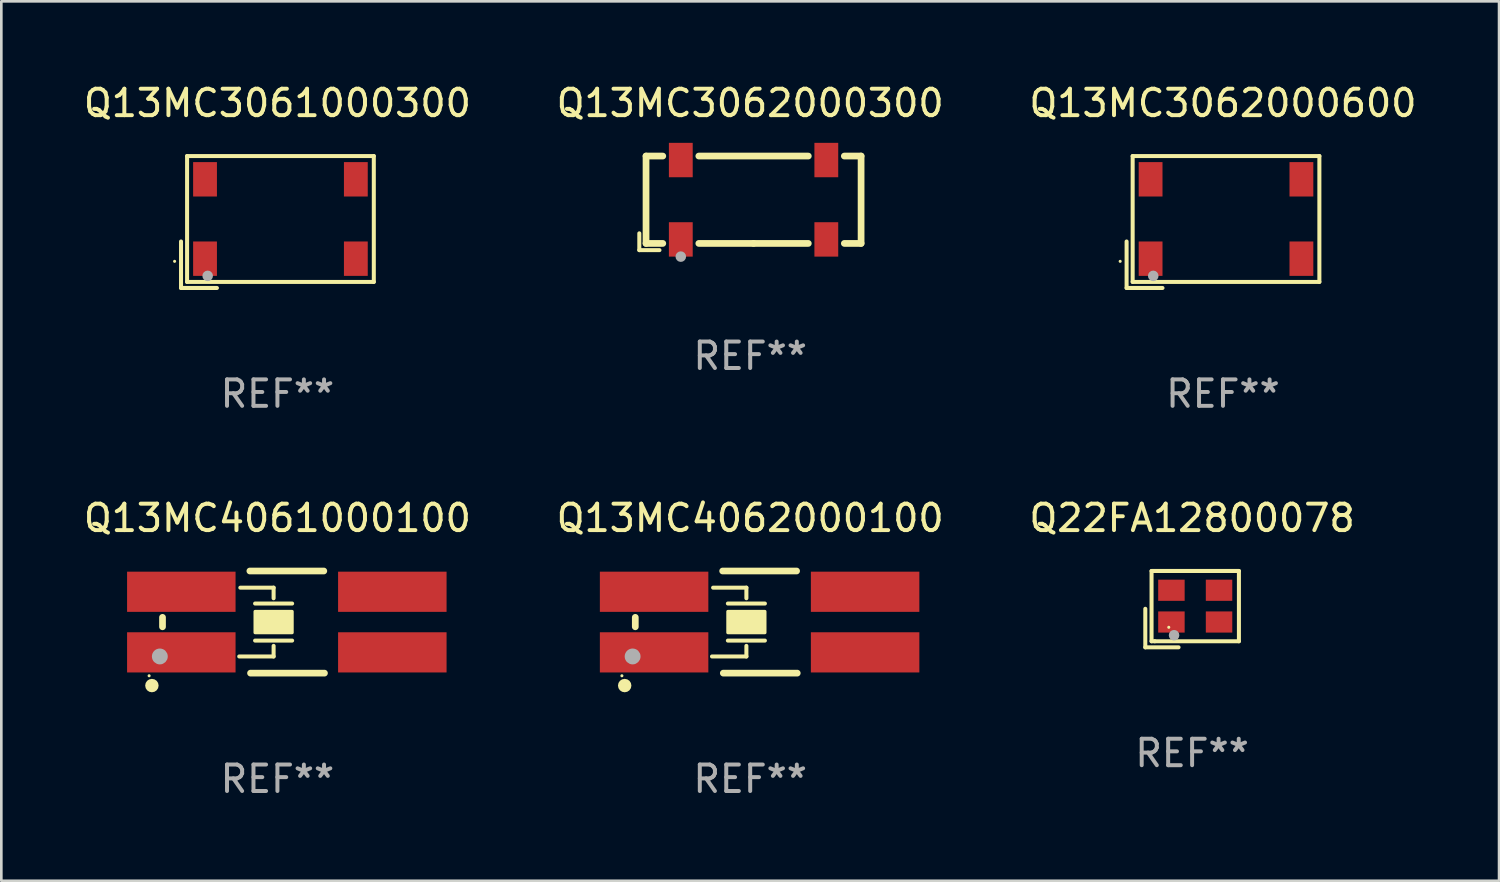
<source format=kicad_pcb>
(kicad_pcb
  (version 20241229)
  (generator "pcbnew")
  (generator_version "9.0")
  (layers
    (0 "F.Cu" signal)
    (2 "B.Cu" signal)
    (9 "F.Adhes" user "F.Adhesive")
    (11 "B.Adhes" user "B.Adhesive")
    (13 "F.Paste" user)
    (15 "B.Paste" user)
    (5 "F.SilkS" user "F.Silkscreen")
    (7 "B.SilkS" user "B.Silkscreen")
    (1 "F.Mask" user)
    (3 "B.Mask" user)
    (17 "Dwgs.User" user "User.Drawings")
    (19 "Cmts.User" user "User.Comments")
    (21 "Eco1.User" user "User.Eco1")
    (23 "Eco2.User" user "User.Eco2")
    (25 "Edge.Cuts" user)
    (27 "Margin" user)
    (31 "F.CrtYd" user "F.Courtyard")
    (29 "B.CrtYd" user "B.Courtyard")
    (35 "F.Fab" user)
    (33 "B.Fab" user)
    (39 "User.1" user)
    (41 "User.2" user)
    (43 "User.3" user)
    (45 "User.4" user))
  (footprint "Q13MC3062000600"
    (layer "F.Cu")
    (at 43.173 5.341)
    (property "Reference" "Q13MC3062000600" (at 0 -4.493 0) (layer "F.SilkS") (effects (font (size 1 1) (thickness 0.15))))
    (attr through_hole)
    (fp_line (start -3.643 0.736) (end -3.643 2.493) (stroke (width 0.152) (type solid)) (layer "F.SilkS"))
    (fp_line (start -3.643 2.493) (end -2.286 2.493) (stroke (width 0.152) (type solid)) (layer "F.SilkS"))
    (fp_line (start -3.414 -2.493) (end 3.643 -2.493) (stroke (width 0.152) (type solid)) (layer "F.SilkS"))
    (fp_line (start -3.414 2.264) (end -3.414 -2.493) (stroke (width 0.152) (type solid)) (layer "F.SilkS"))
    (fp_line (start 3.643 -2.493) (end 3.643 2.264) (stroke (width 0.152) (type solid)) (layer "F.SilkS"))
    (fp_line (start 3.643 2.264) (end -3.414 2.264) (stroke (width 0.152) (type solid)) (layer "F.SilkS"))
    (fp_circle (center -3.886 1.486) (end -3.856 1.486) (stroke (width 0.06) (type solid)) (fill no) (layer "F.SilkS"))
    (fp_circle (center -2.636 2.036) (end -2.536 2.036) (stroke (width 0.2) (type solid)) (fill no) (layer "F.Fab"))
    (fp_text user "REF**" (at 0 6.493 0) (layer "F.Fab") (effects (font (size 1 1) (thickness 0.15))))
    (pad "1" smd rect (at -2.736 1.386) (size 0.9 1.3) (layers "F.Cu" "F.Mask" "F.Paste"))
    (pad "2" smd rect (at 2.964 1.386) (size 0.9 1.3) (layers "F.Cu" "F.Mask" "F.Paste"))
    (pad "3" smd rect (at 2.964 -1.614) (size 0.9 1.3) (layers "F.Cu" "F.Mask" "F.Paste"))
    (pad "4" smd rect (at -2.736 -1.614) (size 0.9 1.3) (layers "F.Cu" "F.Mask" "F.Paste")))
  (footprint "Q22FA12800078"
    (layer "F.Cu")
    (at 42.006 19.973)
    (property "Reference" "Q22FA12800078" (at 0 -3.443 0) (layer "F.SilkS") (effects (font (size 1 1) (thickness 0.15))))
    (attr through_hole)
    (fp_line (start -1.769 -0.014) (end -1.769 1.443) (stroke (width 0.152) (type solid)) (layer "F.SilkS"))
    (fp_line (start -1.769 1.443) (end -0.512 1.443) (stroke (width 0.152) (type solid)) (layer "F.SilkS"))
    (fp_line (start -1.533 -1.443) (end 1.769 -1.443) (stroke (width 0.152) (type solid)) (layer "F.SilkS"))
    (fp_line (start -1.533 1.214) (end -1.533 -1.443) (stroke (width 0.152) (type solid)) (layer "F.SilkS"))
    (fp_line (start -1.411 1.214) (end -1.533 1.214) (stroke (width 0.152) (type solid)) (layer "F.SilkS"))
    (fp_line (start 1.769 -1.443) (end 1.769 1.214) (stroke (width 0.152) (type solid)) (layer "F.SilkS"))
    (fp_line (start 1.769 1.214) (end -1.411 1.214) (stroke (width 0.152) (type solid)) (layer "F.SilkS"))
    (fp_circle (center -0.882 0.686) (end -0.852 0.686) (stroke (width 0.06) (type solid)) (fill no) (layer "F.SilkS"))
    (fp_circle (center -0.682 0.986) (end -0.582 0.986) (stroke (width 0.2) (type solid)) (fill no) (layer "F.Fab"))
    (fp_text user "REF**" (at 0 5.443 0) (layer "F.Fab") (effects (font (size 1 1) (thickness 0.15))))
    (pad "1" smd rect (at -0.782 0.486 90) (size 0.8 1) (layers "F.Cu" "F.Mask" "F.Paste"))
    (pad "2" smd rect (at 1.018 0.486 90) (size 0.8 1) (layers "F.Cu" "F.Mask" "F.Paste"))
    (pad "3" smd rect (at 1.018 -0.714 90) (size 0.8 1) (layers "F.Cu" "F.Mask" "F.Paste"))
    (pad "4" smd rect (at -0.782 -0.714 90) (size 0.8 1) (layers "F.Cu" "F.Mask" "F.Paste")))
  (footprint "Q13MC4061000100"
    (layer "F.Cu")
    (at 7.435 20.461)
    (property "Reference" "Q13MC4061000100" (at 0 -3.93 0) (layer "F.SilkS") (effects (font (size 1 1) (thickness 0.15))))
    (attr through_hole)
    (fp_line (start -4.343 -0.178) (end -4.343 0.178) (stroke (width 0.254) (type solid)) (layer "F.SilkS"))
    (fp_line (start -1.041 -1.93) (end 1.753 -1.93) (stroke (width 0.254) (type solid)) (layer "F.SilkS"))
    (fp_line (start -0.844 -0.7) (end 0.556 -0.7) (stroke (width 0.152) (type solid)) (layer "F.SilkS"))
    (fp_line (start -0.844 0.7) (end 0.556 0.7) (stroke (width 0.152) (type solid)) (layer "F.SilkS"))
    (fp_line (start -0.144 -1.3) (end -1.402 -1.3) (stroke (width 0.152) (type solid)) (layer "F.SilkS"))
    (fp_line (start -0.144 -0.9) (end -0.144 -1.3) (stroke (width 0.152) (type solid)) (layer "F.SilkS"))
    (fp_line (start -0.144 0.9) (end -0.144 1.3) (stroke (width 0.152) (type solid)) (layer "F.SilkS"))
    (fp_line (start -0.144 1.3) (end -1.444 1.3) (stroke (width 0.152) (type solid)) (layer "F.SilkS"))
    (fp_line (start 1.778 1.93) (end -1.016 1.93) (stroke (width 0.254) (type solid)) (layer "F.SilkS"))
    (fp_circle (center -4.849 2.03) (end -4.819 2.03) (stroke (width 0.06) (type solid)) (fill no) (layer "F.SilkS"))
    (fp_circle (center -4.744 2.4) (end -4.617 2.4) (stroke (width 0.254) (type solid)) (fill no) (layer "F.SilkS"))
    (fp_poly (pts (xy -0.844 -0.4) (xy 0.556 -0.4) (xy 0.556 0.4) (xy -0.844 0.4)) (stroke (width 0.12) (type solid)) (fill yes) (layer "F.SilkS"))
    (fp_circle (center -4.444 1.3) (end -4.294 1.3) (stroke (width 0.3) (type solid)) (fill no) (layer "F.Fab"))
    (fp_text user "REF**" (at 0 5.93 0) (layer "F.Fab") (effects (font (size 1 1) (thickness 0.15))))
    (pad "1" smd rect (at -3.632 1.145) (size 4.1 1.519) (layers "F.Cu" "F.Mask" "F.Paste"))
    (pad "2" smd rect (at 4.343 1.145) (size 4.1 1.519) (layers "F.Cu" "F.Mask" "F.Paste"))
    (pad "3" smd rect (at 4.343 -1.145 180) (size 4.1 1.519) (layers "F.Cu" "F.Mask" "F.Paste"))
    (pad "4" smd rect (at -3.632 -1.145 180) (size 4.1 1.519) (layers "F.Cu" "F.Mask" "F.Paste")))
  (footprint "Q13MC4062000100"
    (layer "F.Cu")
    (at 25.304 20.461)
    (property "Reference" "Q13MC4062000100" (at 0 -3.93 0) (layer "F.SilkS") (effects (font (size 1 1) (thickness 0.15))))
    (attr through_hole)
    (fp_line (start -4.343 -0.178) (end -4.343 0.178) (stroke (width 0.254) (type solid)) (layer "F.SilkS"))
    (fp_line (start -1.041 -1.93) (end 1.753 -1.93) (stroke (width 0.254) (type solid)) (layer "F.SilkS"))
    (fp_line (start -0.844 -0.7) (end 0.556 -0.7) (stroke (width 0.152) (type solid)) (layer "F.SilkS"))
    (fp_line (start -0.844 0.7) (end 0.556 0.7) (stroke (width 0.152) (type solid)) (layer "F.SilkS"))
    (fp_line (start -0.144 -1.3) (end -1.402 -1.3) (stroke (width 0.152) (type solid)) (layer "F.SilkS"))
    (fp_line (start -0.144 -0.9) (end -0.144 -1.3) (stroke (width 0.152) (type solid)) (layer "F.SilkS"))
    (fp_line (start -0.144 0.9) (end -0.144 1.3) (stroke (width 0.152) (type solid)) (layer "F.SilkS"))
    (fp_line (start -0.144 1.3) (end -1.444 1.3) (stroke (width 0.152) (type solid)) (layer "F.SilkS"))
    (fp_line (start 1.778 1.93) (end -1.016 1.93) (stroke (width 0.254) (type solid)) (layer "F.SilkS"))
    (fp_circle (center -4.849 2.03) (end -4.819 2.03) (stroke (width 0.06) (type solid)) (fill no) (layer "F.SilkS"))
    (fp_circle (center -4.744 2.4) (end -4.617 2.4) (stroke (width 0.254) (type solid)) (fill no) (layer "F.SilkS"))
    (fp_poly (pts (xy -0.844 -0.4) (xy 0.556 -0.4) (xy 0.556 0.4) (xy -0.844 0.4)) (stroke (width 0.12) (type solid)) (fill yes) (layer "F.SilkS"))
    (fp_circle (center -4.444 1.3) (end -4.294 1.3) (stroke (width 0.3) (type solid)) (fill no) (layer "F.Fab"))
    (fp_text user "REF**" (at 0 5.93 0) (layer "F.Fab") (effects (font (size 1 1) (thickness 0.15))))
    (pad "1" smd rect (at -3.632 1.145) (size 4.1 1.519) (layers "F.Cu" "F.Mask" "F.Paste"))
    (pad "2" smd rect (at 4.343 1.145) (size 4.1 1.519) (layers "F.Cu" "F.Mask" "F.Paste"))
    (pad "3" smd rect (at 4.343 -1.145 180) (size 4.1 1.519) (layers "F.Cu" "F.Mask" "F.Paste"))
    (pad "4" smd rect (at -3.632 -1.145 180) (size 4.1 1.519) (layers "F.Cu" "F.Mask" "F.Paste")))
  (footprint "Q13MC3062000300"
    (layer "F.Cu")
    (at 25.304 4.626)
    (property "Reference" "Q13MC3062000300" (at 0 -3.778 0) (layer "F.SilkS") (effects (font (size 1 1) (thickness 0.15))))
    (attr through_hole)
    (fp_line (start -4.191 1.143) (end -4.191 1.778) (stroke (width 0.152) (type solid)) (layer "F.SilkS"))
    (fp_line (start -4.191 1.778) (end -3.429 1.778) (stroke (width 0.152) (type solid)) (layer "F.SilkS"))
    (fp_line (start -3.937 -1.778) (end -3.304 -1.778) (stroke (width 0.254) (type solid)) (layer "F.SilkS"))
    (fp_line (start -3.937 1.524) (end -3.937 -1.778) (stroke (width 0.254) (type solid)) (layer "F.SilkS"))
    (fp_line (start -3.304 1.524) (end -3.937 1.524) (stroke (width 0.254) (type solid)) (layer "F.SilkS"))
    (fp_line (start -1.942 -1.778) (end 2.196 -1.778) (stroke (width 0.254) (type solid)) (layer "F.SilkS"))
    (fp_line (start 0.127 1.524) (end -1.942 1.524) (stroke (width 0.254) (type solid)) (layer "F.SilkS"))
    (fp_line (start 2.196 1.524) (end 0.127 1.524) (stroke (width 0.254) (type solid)) (layer "F.SilkS"))
    (fp_line (start 3.558 -1.778) (end 4.191 -1.778) (stroke (width 0.254) (type solid)) (layer "F.SilkS"))
    (fp_line (start 4.191 -1.778) (end 4.191 1.524) (stroke (width 0.254) (type solid)) (layer "F.SilkS"))
    (fp_line (start 4.191 1.524) (end 3.558 1.524) (stroke (width 0.254) (type solid)) (layer "F.SilkS"))
    (fp_circle (center -3.873 1.792) (end -3.843 1.792) (stroke (width 0.06) (type solid)) (fill no) (layer "F.SilkS"))
    (fp_circle (center -2.623 2.023) (end -2.523 2.023) (stroke (width 0.2) (type solid)) (fill no) (layer "F.Fab"))
    (fp_text user "REF**" (at 0 5.778 0) (layer "F.Fab") (effects (font (size 1 1) (thickness 0.15))))
    (pad "1" smd rect (at -2.623 1.373) (size 0.9 1.3) (layers "F.Cu" "F.Mask" "F.Paste"))
    (pad "2" smd rect (at 2.877 1.373) (size 0.9 1.3) (layers "F.Cu" "F.Mask" "F.Paste"))
    (pad "3" smd rect (at 2.877 -1.627) (size 0.9 1.3) (layers "F.Cu" "F.Mask" "F.Paste"))
    (pad "4" smd rect (at -2.623 -1.627) (size 0.9 1.3) (layers "F.Cu" "F.Mask" "F.Paste")))
  (footprint "Q13MC3061000300"
    (layer "F.Cu")
    (at 7.435 5.341)
    (property "Reference" "Q13MC3061000300" (at 0 -4.493 0) (layer "F.SilkS") (effects (font (size 1 1) (thickness 0.15))))
    (attr through_hole)
    (fp_line (start -3.643 0.736) (end -3.643 2.493) (stroke (width 0.152) (type solid)) (layer "F.SilkS"))
    (fp_line (start -3.643 2.493) (end -2.286 2.493) (stroke (width 0.152) (type solid)) (layer "F.SilkS"))
    (fp_line (start -3.414 -2.493) (end 3.643 -2.493) (stroke (width 0.152) (type solid)) (layer "F.SilkS"))
    (fp_line (start -3.414 2.264) (end -3.414 -2.493) (stroke (width 0.152) (type solid)) (layer "F.SilkS"))
    (fp_line (start 3.643 -2.493) (end 3.643 2.264) (stroke (width 0.152) (type solid)) (layer "F.SilkS"))
    (fp_line (start 3.643 2.264) (end -3.414 2.264) (stroke (width 0.152) (type solid)) (layer "F.SilkS"))
    (fp_circle (center -3.886 1.486) (end -3.856 1.486) (stroke (width 0.06) (type solid)) (fill no) (layer "F.SilkS"))
    (fp_circle (center -2.636 2.036) (end -2.536 2.036) (stroke (width 0.2) (type solid)) (fill no) (layer "F.Fab"))
    (fp_text user "REF**" (at 0 6.493 0) (layer "F.Fab") (effects (font (size 1 1) (thickness 0.15))))
    (pad "1" smd rect (at -2.736 1.386) (size 0.9 1.3) (layers "F.Cu" "F.Mask" "F.Paste"))
    (pad "2" smd rect (at 2.964 1.386) (size 0.9 1.3) (layers "F.Cu" "F.Mask" "F.Paste"))
    (pad "3" smd rect (at 2.964 -1.614) (size 0.9 1.3) (layers "F.Cu" "F.Mask" "F.Paste"))
    (pad "4" smd rect (at -2.736 -1.614) (size 0.9 1.3) (layers "F.Cu" "F.Mask" "F.Paste")))
  (gr_rect
    (start -3 -3)
    (end 53.607 30.24)
    (stroke (width 0.1) (type default))
    (fill no)
    (layer "Edge.Cuts")))
</source>
